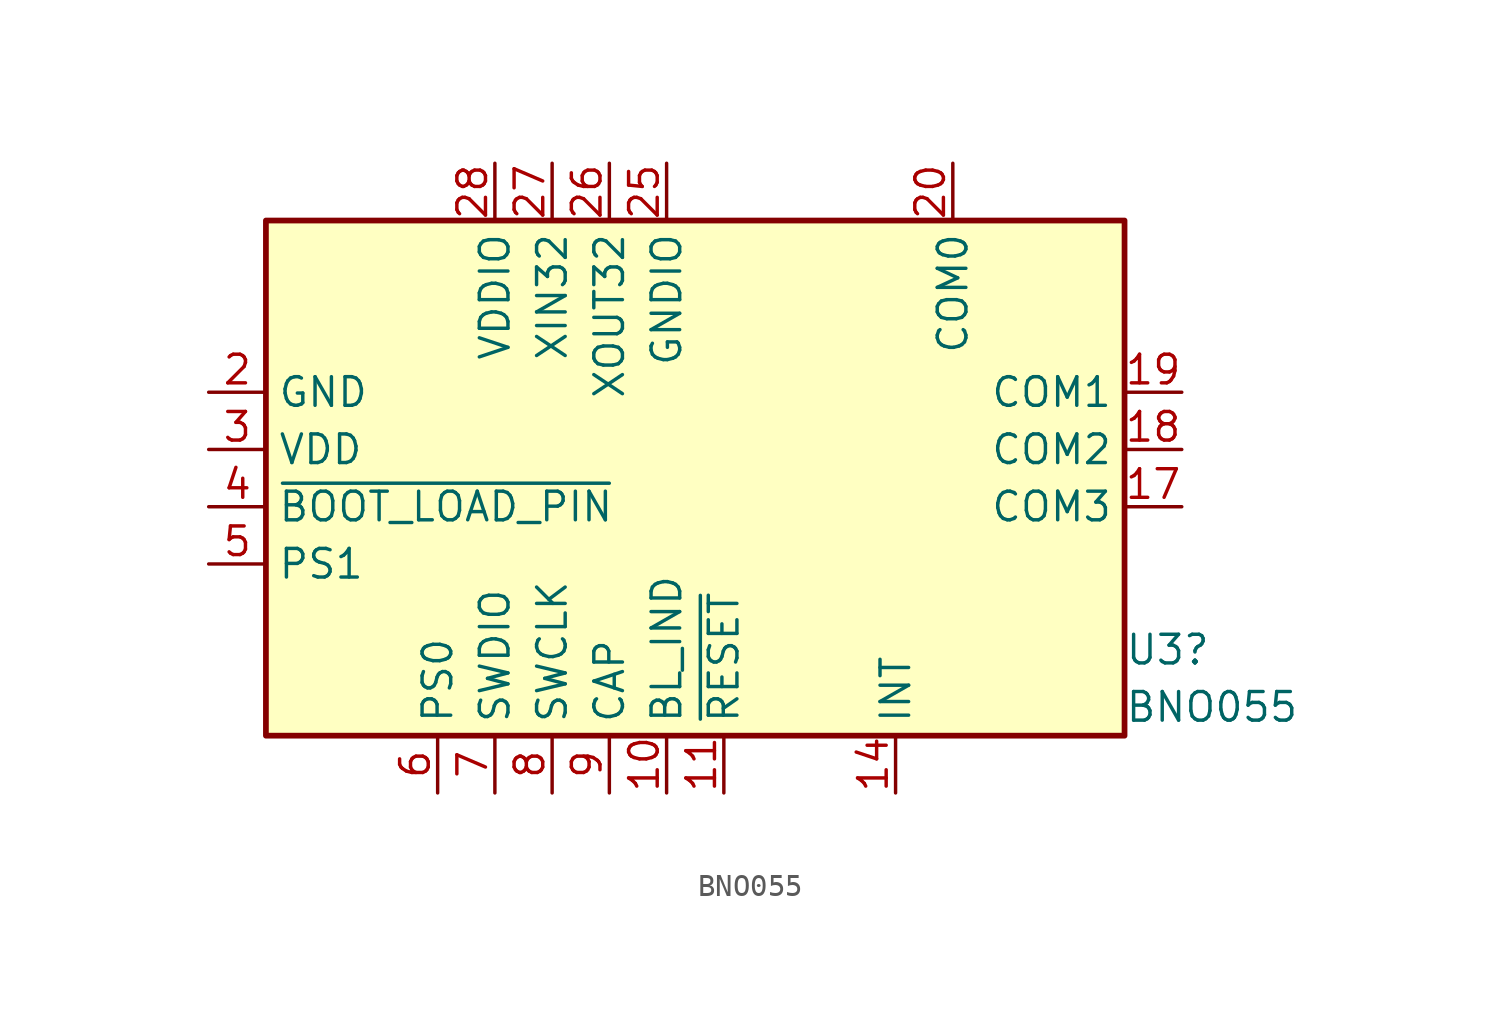
<source format=kicad_sym>
(kicad_symbol_lib
  (version 20220914)
  (generator kicad_symbol_editor)
  (symbol "BNO055"
    (property "Reference" "U3"
      (at 25.4 -3.81 0)
      (effects (font (size 1.27 1.27)) (justify left)))
    (property "Value" "BNO055"
      (at 25.4 -6.35 0)
      (effects (font (size 1.27 1.27)) (justify left)))
    (symbol "BNO055_0_1"
      (rectangle (start -12.7 15.24) (end 25.4 -7.62) (stroke (width 0.254) (type default)) (fill (type background))))
    (symbol "BNO055_1_1"
      (pin no_connect line (at -5.08 17.78 270) (length 2.54) hide (name "PIN1" (effects (font (size 1.27 1.27)))) (number "1" (effects (font (size 1.27 1.27)))))
      (pin output line (at 5.08 -10.16 90) (length 2.54) (name "BL_IND" (effects (font (size 1.27 1.27)))) (number "10" (effects (font (size 1.27 1.27)))))
      (pin input line (at 7.62 -10.16 90) (length 2.54) (name "~{RESET}" (effects (font (size 1.27 1.27)))) (number "11" (effects (font (size 1.27 1.27)))))
      (pin no_connect line (at 10.16 -10.16 90) (length 2.54) hide (name "PIN12" (effects (font (size 1.27 1.27)))) (number "12" (effects (font (size 1.27 1.27)))))
      (pin no_connect line (at 12.7 -10.16 90) (length 2.54) hide (name "PIN13" (effects (font (size 1.27 1.27)))) (number "13" (effects (font (size 1.27 1.27)))))
      (pin output line (at 15.24 -10.16 90) (length 2.54) (name "INT" (effects (font (size 1.27 1.27)))) (number "14" (effects (font (size 1.27 1.27)))))
      (pin no_connect line (at 17.78 -10.16 90) (length 2.54) hide (name "PIN15" (effects (font (size 1.27 1.27)))) (number "15" (effects (font (size 1.27 1.27)))))
      (pin passive line (at 27.94 0 180) (length 2.54) hide (name "PIN16" (effects (font (size 1.27 1.27)))) (number "16" (effects (font (size 1.27 1.27)))))
      (pin input line (at 27.94 2.54 180) (length 2.54) (name "COM3" (effects (font (size 1.27 1.27)))) (number "17" (effects (font (size 1.27 1.27)))))
      (pin passive line (at 27.94 5.08 180) (length 2.54) (name "COM2" (effects (font (size 1.27 1.27)))) (number "18" (effects (font (size 1.27 1.27)))))
      (pin bidirectional line (at 27.94 7.62 180) (length 2.54) (name "COM1" (effects (font (size 1.27 1.27)))) (number "19" (effects (font (size 1.27 1.27)))))
      (pin power_in line (at -15.24 7.62 0) (length 2.54) (name "GND" (effects (font (size 1.27 1.27)))) (number "2" (effects (font (size 1.27 1.27)))))
      (pin bidirectional line (at 17.78 17.78 270) (length 2.54) (name "COM0" (effects (font (size 1.27 1.27)))) (number "20" (effects (font (size 1.27 1.27)))))
      (pin no_connect line (at 15.24 17.78 270) (length 2.54) hide (name "PIN21" (effects (font (size 1.27 1.27)))) (number "21" (effects (font (size 1.27 1.27)))))
      (pin no_connect line (at 12.7 17.78 270) (length 2.54) hide (name "PIN22" (effects (font (size 1.27 1.27)))) (number "22" (effects (font (size 1.27 1.27)))))
      (pin no_connect line (at 10.16 17.78 270) (length 2.54) hide (name "PIN23" (effects (font (size 1.27 1.27)))) (number "23" (effects (font (size 1.27 1.27)))))
      (pin no_connect line (at 7.62 17.78 270) (length 2.54) hide (name "PIN24" (effects (font (size 1.27 1.27)))) (number "24" (effects (font (size 1.27 1.27)))))
      (pin power_in line (at 5.08 17.78 270) (length 2.54) (name "GNDIO" (effects (font (size 1.27 1.27)))) (number "25" (effects (font (size 1.27 1.27)))))
      (pin output line (at 2.54 17.78 270) (length 2.54) (name "XOUT32" (effects (font (size 1.27 1.27)))) (number "26" (effects (font (size 1.27 1.27)))))
      (pin input line (at 0 17.78 270) (length 2.54) (name "XIN32" (effects (font (size 1.27 1.27)))) (number "27" (effects (font (size 1.27 1.27)))))
      (pin power_in line (at -2.54 17.78 270) (length 2.54) (name "VDDIO" (effects (font (size 1.27 1.27)))) (number "28" (effects (font (size 1.27 1.27)))))
      (pin power_in line (at -15.24 5.08 0) (length 2.54) (name "VDD" (effects (font (size 1.27 1.27)))) (number "3" (effects (font (size 1.27 1.27)))))
      (pin input line (at -15.24 2.54 0) (length 2.54) (name "~{BOOT_LOAD_PIN}" (effects (font (size 1.27 1.27)))) (number "4" (effects (font (size 1.27 1.27)))))
      (pin input line (at -15.24 0 0) (length 2.54) (name "PS1" (effects (font (size 1.27 1.27)))) (number "5" (effects (font (size 1.27 1.27)))))
      (pin input line (at -5.08 -10.16 90) (length 2.54) (name "PS0" (effects (font (size 1.27 1.27)))) (number "6" (effects (font (size 1.27 1.27)))))
      (pin bidirectional line (at -2.54 -10.16 90) (length 2.54) (name "SWDIO" (effects (font (size 1.27 1.27)))) (number "7" (effects (font (size 1.27 1.27)))))
      (pin input line (at 0 -10.16 90) (length 2.54) (name "SWCLK" (effects (font (size 1.27 1.27)))) (number "8" (effects (font (size 1.27 1.27)))))
      (pin passive line (at 2.54 -10.16 90) (length 2.54) (name "CAP" (effects (font (size 1.27 1.27)))) (number "9" (effects (font (size 1.27 1.27))))))))
</source>
